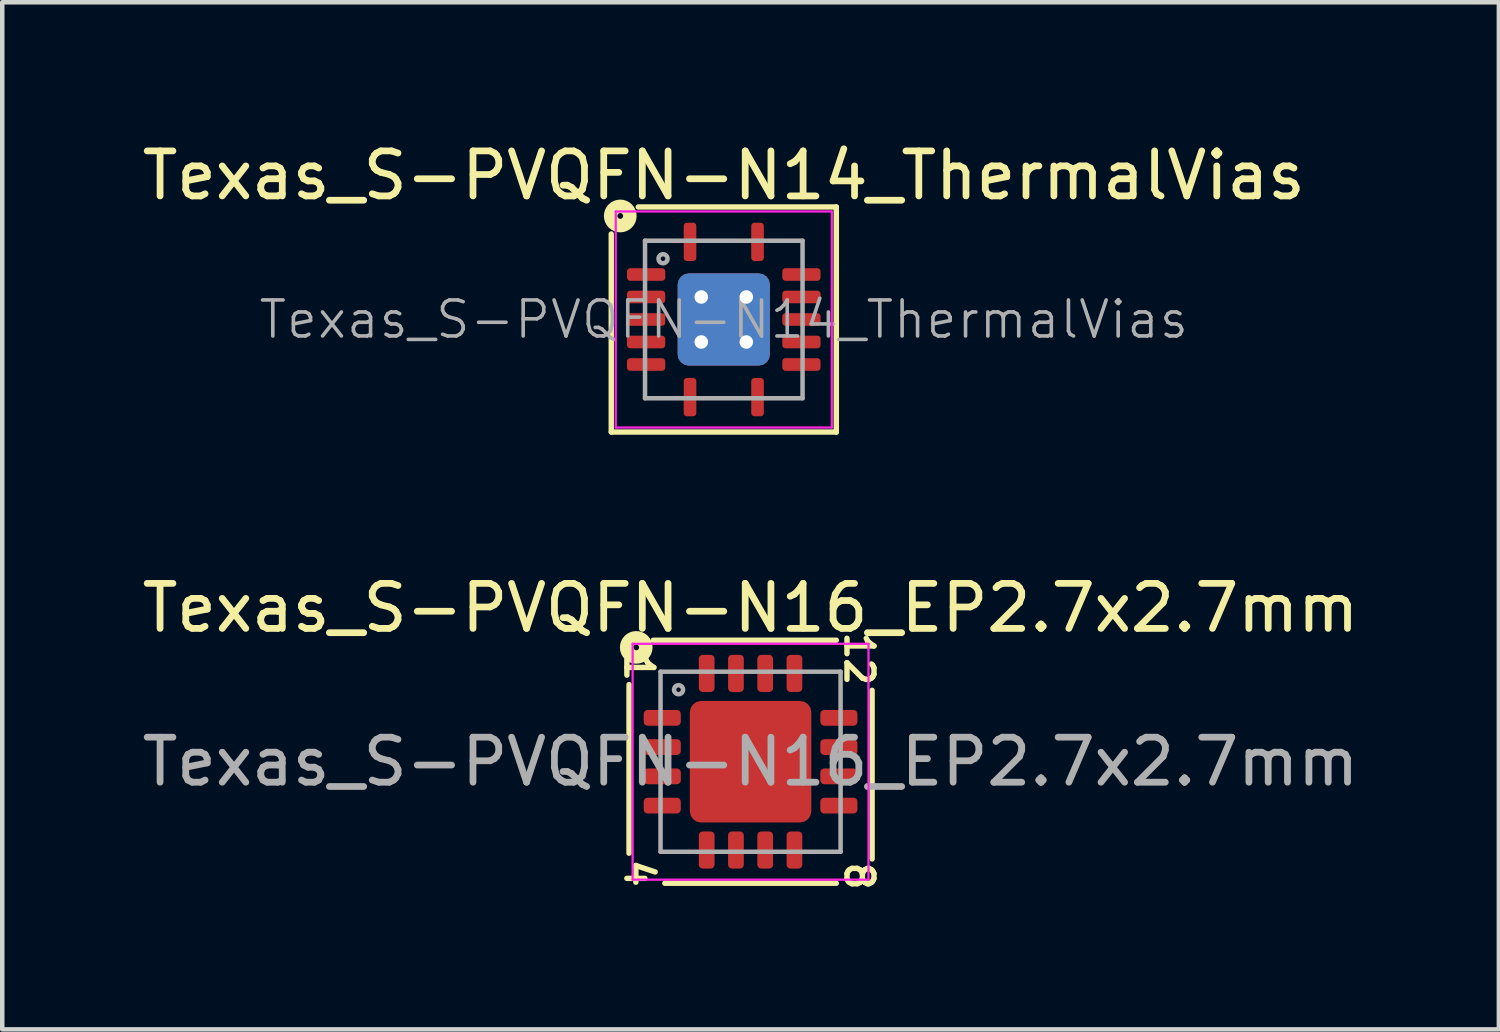
<source format=kicad_pcb>
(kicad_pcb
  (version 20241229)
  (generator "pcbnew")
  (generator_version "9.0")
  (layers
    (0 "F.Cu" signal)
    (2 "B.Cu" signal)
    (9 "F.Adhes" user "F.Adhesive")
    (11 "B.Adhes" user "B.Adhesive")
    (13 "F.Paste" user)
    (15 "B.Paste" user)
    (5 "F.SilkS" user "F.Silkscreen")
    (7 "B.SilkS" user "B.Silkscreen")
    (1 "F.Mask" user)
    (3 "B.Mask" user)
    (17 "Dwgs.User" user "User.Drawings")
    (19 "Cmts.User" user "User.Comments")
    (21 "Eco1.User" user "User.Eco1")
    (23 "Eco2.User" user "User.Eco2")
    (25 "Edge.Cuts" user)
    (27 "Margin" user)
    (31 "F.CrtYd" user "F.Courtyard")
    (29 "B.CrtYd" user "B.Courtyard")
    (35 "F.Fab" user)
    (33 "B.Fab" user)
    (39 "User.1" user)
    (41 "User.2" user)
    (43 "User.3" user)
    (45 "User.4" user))
  (footprint "Texas_S-PVQFN-N14_ThermalVias"
    (layer "F.Cu")
    (at 13.03 4.048)
    (property "Reference" "Texas_S-PVQFN-N14_ThermalVias" (at 0 -3.2 0) (layer "F.SilkS") (effects (font (size 1 1) (thickness 0.15))))
    (attr smd)
    (fp_line (start -2.5 -1.9) (end -2.5 2.5) (stroke (width 0.12) (type solid)) (layer "F.SilkS"))
    (fp_line (start -2.5 2.5) (end 2.5 2.5) (stroke (width 0.12) (type solid)) (layer "F.SilkS"))
    (fp_line (start 2.5 -2.5) (end -1.9 -2.5) (stroke (width 0.12) (type solid)) (layer "F.SilkS"))
    (fp_line (start 2.5 2.5) (end 2.5 -2.5) (stroke (width 0.12) (type solid)) (layer "F.SilkS"))
    (fp_circle (center -2.3 -2.3) (end -2.236 -2.3) (stroke (width 0.3) (type solid)) (fill no) (layer "F.SilkS"))
    (fp_line (start -2.4 -2.4) (end 2.4 -2.4) (stroke (width 0.05) (type solid)) (layer "F.CrtYd"))
    (fp_line (start -2.4 2.4) (end -2.4 -2.4) (stroke (width 0.05) (type solid)) (layer "F.CrtYd"))
    (fp_line (start 2.4 -2.4) (end 2.4 2.4) (stroke (width 0.05) (type solid)) (layer "F.CrtYd"))
    (fp_line (start 2.4 2.4) (end -2.4 2.4) (stroke (width 0.05) (type solid)) (layer "F.CrtYd"))
    (fp_line (start -1.75 -1.75) (end 1.75 -1.75) (stroke (width 0.1) (type solid)) (layer "F.Fab"))
    (fp_line (start -1.75 1.75) (end -1.75 -1.75) (stroke (width 0.1) (type solid)) (layer "F.Fab"))
    (fp_line (start 1.75 -1.75) (end 1.75 1.75) (stroke (width 0.1) (type solid)) (layer "F.Fab"))
    (fp_line (start 1.75 1.75) (end -1.75 1.75) (stroke (width 0.1) (type solid)) (layer "F.Fab"))
    (fp_circle (center -1.35 -1.35) (end -1.25 -1.35) (stroke (width 0.1) (type solid)) (fill no) (layer "F.Fab"))
    (fp_text user "${REFERENCE}" (at 0 0 0) (layer "F.Fab") (effects (font (size 0.8 0.8) (thickness 0.08))))
    (pad "" smd roundrect (at -0.56 -0.56 270) (size 0.82 0.82) (layers "F.Paste") (roundrect_rratio 0.25))
    (pad "" smd roundrect (at -0.56 0.56 270) (size 0.82 0.82) (layers "F.Paste") (roundrect_rratio 0.25))
    (pad "" smd roundrect (at 0.56 -0.56 270) (size 0.82 0.82) (layers "F.Paste") (roundrect_rratio 0.25))
    (pad "" smd roundrect (at 0.56 0.56 270) (size 0.82 0.82) (layers "F.Paste") (roundrect_rratio 0.25))
    (pad "1" smd roundrect (at -0.75 -1.725 270) (size 0.85 0.28) (layers "F.Cu" "F.Mask" "F.Paste") (roundrect_rratio 0.25))
    (pad "2" smd roundrect (at -1.725 -1 270) (size 0.28 0.85) (layers "F.Cu" "F.Mask" "F.Paste") (roundrect_rratio 0.25))
    (pad "3" smd roundrect (at -1.725 -0.5 270) (size 0.28 0.85) (layers "F.Cu" "F.Mask" "F.Paste") (roundrect_rratio 0.25))
    (pad "4" smd roundrect (at -1.725 0 270) (size 0.28 0.85) (layers "F.Cu" "F.Mask" "F.Paste") (roundrect_rratio 0.25))
    (pad "5" smd roundrect (at -1.725 0.5 270) (size 0.28 0.85) (layers "F.Cu" "F.Mask" "F.Paste") (roundrect_rratio 0.25))
    (pad "6" smd roundrect (at -1.725 1 270) (size 0.28 0.85) (layers "F.Cu" "F.Mask" "F.Paste") (roundrect_rratio 0.25))
    (pad "7" smd roundrect (at -0.75 1.725 270) (size 0.85 0.28) (layers "F.Cu" "F.Mask" "F.Paste") (roundrect_rratio 0.25))
    (pad "8" smd roundrect (at 0.75 1.725 270) (size 0.85 0.28) (layers "F.Cu" "F.Mask" "F.Paste") (roundrect_rratio 0.25))
    (pad "9" smd roundrect (at 1.725 1 270) (size 0.28 0.85) (layers "F.Cu" "F.Mask" "F.Paste") (roundrect_rratio 0.25))
    (pad "10" smd roundrect (at 1.725 0.5 270) (size 0.28 0.85) (layers "F.Cu" "F.Mask" "F.Paste") (roundrect_rratio 0.25))
    (pad "11" smd roundrect (at 1.725 0 270) (size 0.28 0.85) (layers "F.Cu" "F.Mask" "F.Paste") (roundrect_rratio 0.25))
    (pad "12" smd roundrect (at 1.725 -0.5 270) (size 0.28 0.85) (layers "F.Cu" "F.Mask" "F.Paste") (roundrect_rratio 0.25))
    (pad "13" smd roundrect (at 1.725 -1 270) (size 0.28 0.85) (layers "F.Cu" "F.Mask" "F.Paste") (roundrect_rratio 0.25))
    (pad "14" smd roundrect (at 0.75 -1.725 270) (size 0.85 0.28) (layers "F.Cu" "F.Mask" "F.Paste") (roundrect_rratio 0.25))
    (pad "15" thru_hole circle (at -0.5 -0.5 270) (size 0.6 0.6) (drill 0.3) (property pad_prop_heatsink) (layers "*.Cu"))
    (pad "15" thru_hole circle (at -0.5 0.5 270) (size 0.6 0.6) (drill 0.3) (property pad_prop_heatsink) (layers "*.Cu"))
    (pad "15" smd roundrect (at 0 0 270) (size 2.05 2.05) (layers "F.Cu" "F.Mask") (roundrect_rratio 0.122))
    (pad "15" smd roundrect (at 0 0 270) (size 2.05 2.05) (layers "B.Cu" "B.Mask") (roundrect_rratio 0.122))
    (pad "15" thru_hole circle (at 0.5 -0.5 270) (size 0.6 0.6) (drill 0.3) (property pad_prop_heatsink) (layers "*.Cu"))
    (pad "15" thru_hole circle (at 0.5 0.5 270) (size 0.6 0.6) (drill 0.3) (property pad_prop_heatsink) (layers "*.Cu")))
  (footprint "Texas_S-PVQFN-N16_EP2.7x2.7mm"
    (layer "F.Cu")
    (at 13.625 13.873)
    (property "Reference" "Texas_S-PVQFN-N16_EP2.7x2.7mm" (at 0 -3.417 0) (layer "F.SilkS") (effects (font (size 1 1) (thickness 0.15))))
    (attr smd)
    (fp_line (start -2.7 -1.714) (end -2.7 2.032) (stroke (width 0.12) (type solid)) (layer "F.SilkS"))
    (fp_line (start -1.905 2.7) (end 1.905 2.7) (stroke (width 0.12) (type solid)) (layer "F.SilkS"))
    (fp_line (start 1.905 -2.7) (end -2.159 -2.7) (stroke (width 0.12) (type solid)) (layer "F.SilkS"))
    (fp_line (start 2.7 2.159) (end 2.7 -1.587) (stroke (width 0.12) (type solid)) (layer "F.SilkS"))
    (fp_circle (center -2.54 -2.54) (end -2.477 -2.54) (stroke (width 0.3) (type solid)) (fill no) (layer "F.SilkS"))
    (fp_line (start -2.62 -2.62) (end -2.62 2.62) (stroke (width 0.05) (type solid)) (layer "F.CrtYd"))
    (fp_line (start -2.62 2.62) (end 2.62 2.62) (stroke (width 0.05) (type solid)) (layer "F.CrtYd"))
    (fp_line (start 2.62 -2.62) (end -2.62 -2.62) (stroke (width 0.05) (type solid)) (layer "F.CrtYd"))
    (fp_line (start 2.62 2.62) (end 2.62 -2.62) (stroke (width 0.05) (type solid)) (layer "F.CrtYd"))
    (fp_line (start -2 -2) (end 2 -2) (stroke (width 0.1) (type solid)) (layer "F.Fab"))
    (fp_line (start -2 2) (end -2 -2) (stroke (width 0.1) (type solid)) (layer "F.Fab"))
    (fp_line (start 2 -2) (end 2 2) (stroke (width 0.1) (type solid)) (layer "F.Fab"))
    (fp_line (start 2 2) (end -2 2) (stroke (width 0.1) (type solid)) (layer "F.Fab"))
    (fp_circle (center -1.6 -1.6) (end -1.5 -1.6) (stroke (width 0.1) (type solid)) (fill no) (layer "F.Fab"))
    (fp_text user "1" (at -2.477 -2.095 270) (unlocked yes) (layer "F.SilkS") (effects (font (size 0.6 0.6) (thickness 0.12))))
    (fp_text user "8" (at 2.413 2.54 270) (unlocked yes) (layer "F.SilkS") (effects (font (size 0.6 0.6) (thickness 0.12))))
    (fp_text user "4" (at -2.477 2.477 270) (unlocked yes) (layer "F.SilkS") (effects (font (size 0.6 0.6) (thickness 0.12))))
    (fp_text user "12" (at 2.413 -2.286 270) (unlocked yes) (layer "F.SilkS") (effects (font (size 0.6 0.6) (thickness 0.12))))
    (fp_text user "${REFERENCE}" (at 0 0 0) (layer "F.Fab") (effects (font (size 1 1) (thickness 0.15))))
    (pad "" smd roundrect (at -0.9 -0.9) (size 0.73 0.73) (layers "F.Paste") (roundrect_rratio 0.25))
    (pad "" smd roundrect (at -0.9 0) (size 0.73 0.73) (layers "F.Paste") (roundrect_rratio 0.25))
    (pad "" smd roundrect (at -0.9 0.9) (size 0.73 0.73) (layers "F.Paste") (roundrect_rratio 0.25))
    (pad "" smd roundrect (at 0 -0.9) (size 0.73 0.73) (layers "F.Paste") (roundrect_rratio 0.25))
    (pad "" smd roundrect (at 0 0) (size 0.73 0.73) (layers "F.Paste") (roundrect_rratio 0.25))
    (pad "" smd roundrect (at 0 0.9) (size 0.73 0.73) (layers "F.Paste") (roundrect_rratio 0.25))
    (pad "" smd roundrect (at 0.9 -0.9) (size 0.73 0.73) (layers "F.Paste") (roundrect_rratio 0.25))
    (pad "" smd roundrect (at 0.9 0) (size 0.73 0.73) (layers "F.Paste") (roundrect_rratio 0.25))
    (pad "" smd roundrect (at 0.9 0.9) (size 0.73 0.73) (layers "F.Paste") (roundrect_rratio 0.25))
    (pad "1" smd roundrect (at -1.962 -0.975) (size 0.825 0.35) (layers "F.Cu" "F.Mask" "F.Paste") (roundrect_rratio 0.25))
    (pad "2" smd roundrect (at -1.962 -0.325) (size 0.825 0.35) (layers "F.Cu" "F.Mask" "F.Paste") (roundrect_rratio 0.25))
    (pad "3" smd roundrect (at -1.962 0.325) (size 0.825 0.35) (layers "F.Cu" "F.Mask" "F.Paste") (roundrect_rratio 0.25))
    (pad "4" smd roundrect (at -1.962 0.975) (size 0.825 0.35) (layers "F.Cu" "F.Mask" "F.Paste") (roundrect_rratio 0.25))
    (pad "5" smd roundrect (at -0.975 1.962) (size 0.35 0.825) (layers "F.Cu" "F.Mask" "F.Paste") (roundrect_rratio 0.25))
    (pad "6" smd roundrect (at -0.325 1.962) (size 0.35 0.825) (layers "F.Cu" "F.Mask" "F.Paste") (roundrect_rratio 0.25))
    (pad "7" smd roundrect (at 0.325 1.962) (size 0.35 0.825) (layers "F.Cu" "F.Mask" "F.Paste") (roundrect_rratio 0.25))
    (pad "8" smd roundrect (at 0.975 1.962) (size 0.35 0.825) (layers "F.Cu" "F.Mask" "F.Paste") (roundrect_rratio 0.25))
    (pad "9" smd roundrect (at 1.962 0.975) (size 0.825 0.35) (layers "F.Cu" "F.Mask" "F.Paste") (roundrect_rratio 0.25))
    (pad "10" smd roundrect (at 1.962 0.325) (size 0.825 0.35) (layers "F.Cu" "F.Mask" "F.Paste") (roundrect_rratio 0.25))
    (pad "11" smd roundrect (at 1.962 -0.325) (size 0.825 0.35) (layers "F.Cu" "F.Mask" "F.Paste") (roundrect_rratio 0.25))
    (pad "12" smd roundrect (at 1.962 -0.975) (size 0.825 0.35) (layers "F.Cu" "F.Mask" "F.Paste") (roundrect_rratio 0.25))
    (pad "13" smd roundrect (at 0.975 -1.962) (size 0.35 0.825) (layers "F.Cu" "F.Mask" "F.Paste") (roundrect_rratio 0.25))
    (pad "14" smd roundrect (at 0.325 -1.962) (size 0.35 0.825) (layers "F.Cu" "F.Mask" "F.Paste") (roundrect_rratio 0.25))
    (pad "15" smd roundrect (at -0.325 -1.962) (size 0.35 0.825) (layers "F.Cu" "F.Mask" "F.Paste") (roundrect_rratio 0.25))
    (pad "16" smd roundrect (at -0.975 -1.962) (size 0.35 0.825) (layers "F.Cu" "F.Mask" "F.Paste") (roundrect_rratio 0.25))
    (pad "17" smd roundrect (at 0 0) (size 2.7 2.7) (layers "F.Cu" "F.Mask") (roundrect_rratio 0.093)))
  (gr_rect
    (start -3 -3)
    (end 30.25 19.819)
    (stroke (width 0.1) (type default))
    (fill no)
    (layer "Edge.Cuts")))
</source>
